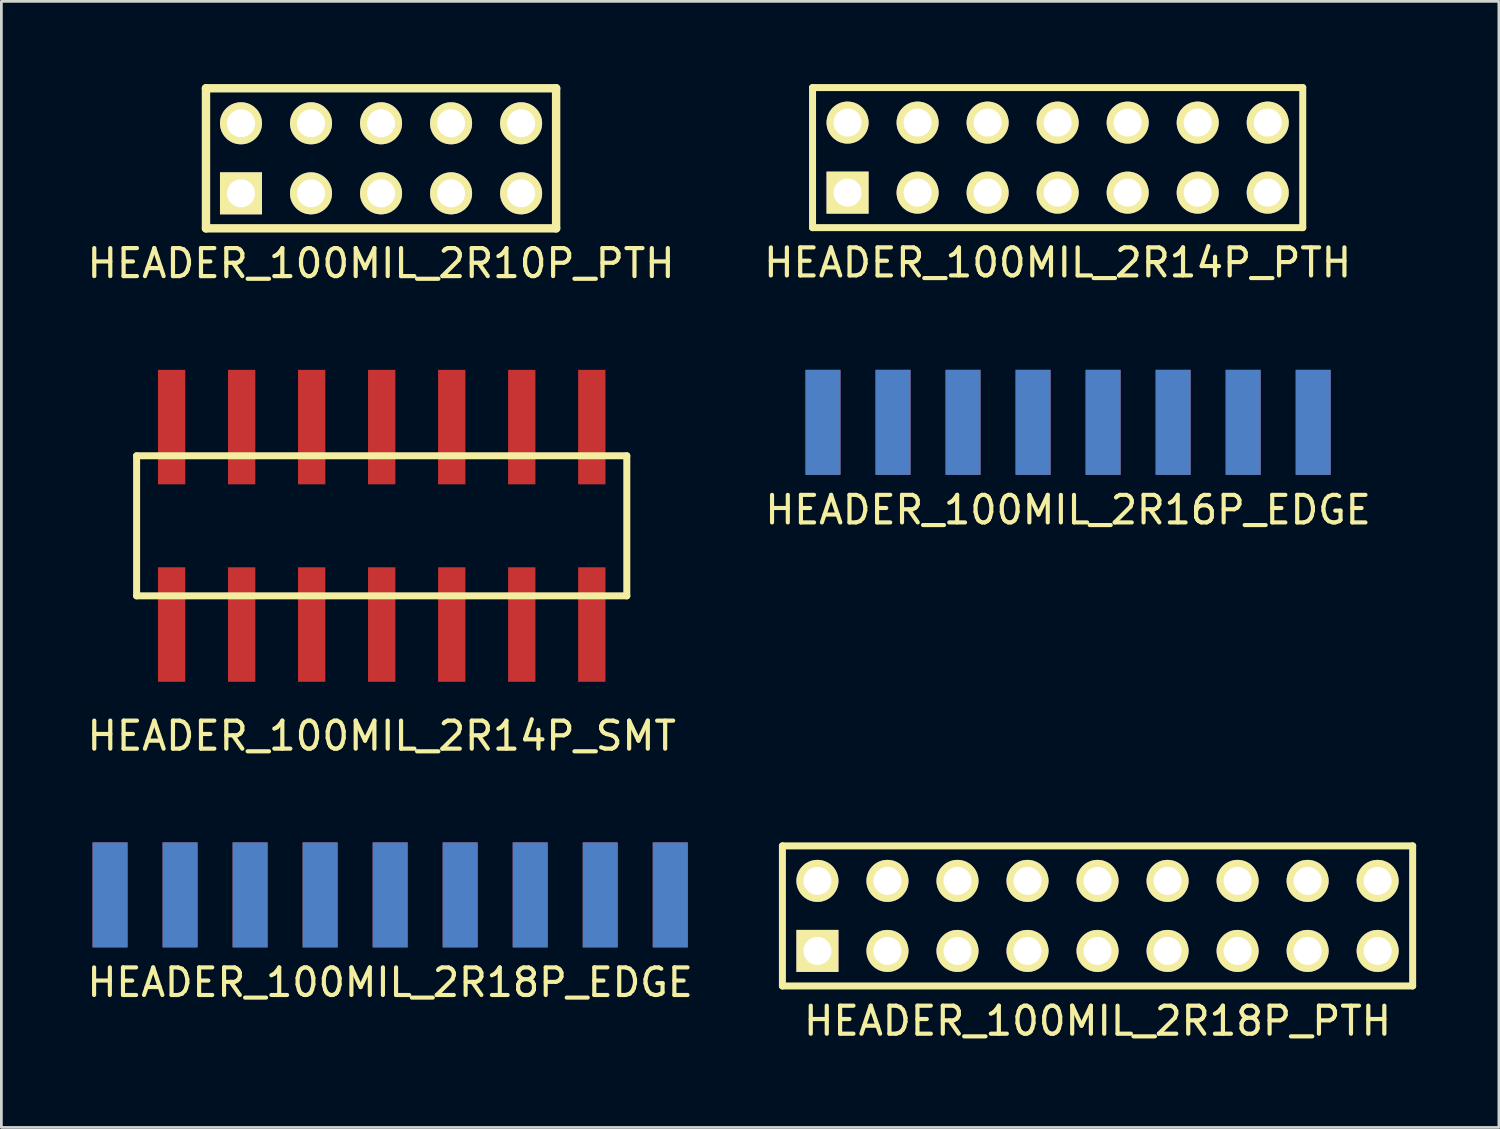
<source format=kicad_pcb>
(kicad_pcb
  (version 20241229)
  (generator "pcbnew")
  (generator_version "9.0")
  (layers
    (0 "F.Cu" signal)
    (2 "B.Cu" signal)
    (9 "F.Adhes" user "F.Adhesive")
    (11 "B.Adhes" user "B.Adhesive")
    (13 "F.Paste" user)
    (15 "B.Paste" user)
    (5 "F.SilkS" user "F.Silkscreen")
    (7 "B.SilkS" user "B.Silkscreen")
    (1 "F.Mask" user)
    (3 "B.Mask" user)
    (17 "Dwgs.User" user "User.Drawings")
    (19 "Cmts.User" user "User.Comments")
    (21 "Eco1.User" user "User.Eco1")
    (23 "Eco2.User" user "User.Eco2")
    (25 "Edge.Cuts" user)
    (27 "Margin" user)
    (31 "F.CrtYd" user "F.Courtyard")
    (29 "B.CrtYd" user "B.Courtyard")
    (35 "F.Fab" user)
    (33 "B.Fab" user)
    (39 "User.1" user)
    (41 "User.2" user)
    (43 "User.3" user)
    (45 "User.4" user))
  (footprint "HEADER_100MIL_2R18P_PTH"
    (layer "F.Cu")
    (at 36.759 30.171)
    (property "Reference" "HEADER_100MIL_2R18P_PTH" (at 0 3.81 0) (layer "F.SilkS") (effects (font (size 1.016 1.016) (thickness 0.152))))
    (attr through_hole)
    (fp_line (start -11.43 -2.54) (end 11.43 -2.54) (stroke (width 0.254) (type solid)) (layer "F.SilkS"))
    (fp_line (start -11.43 2.54) (end -11.43 -2.54) (stroke (width 0.254) (type solid)) (layer "F.SilkS"))
    (fp_line (start 11.43 -2.54) (end 11.43 2.54) (stroke (width 0.254) (type solid)) (layer "F.SilkS"))
    (fp_line (start 11.43 2.54) (end -11.43 2.54) (stroke (width 0.254) (type solid)) (layer "F.SilkS"))
    (pad "1" thru_hole rect (at -10.16 1.27) (size 1.524 1.524) (drill 1.016) (layers "*.Cu" "*.Mask" "F.SilkS"))
    (pad "2" thru_hole circle (at -10.16 -1.27) (size 1.524 1.524) (drill 1.016) (layers "*.Cu" "*.Mask" "F.SilkS"))
    (pad "3" thru_hole circle (at -7.62 1.27) (size 1.524 1.524) (drill 1.016) (layers "*.Cu" "*.Mask" "F.SilkS"))
    (pad "4" thru_hole circle (at -7.62 -1.27) (size 1.524 1.524) (drill 1.016) (layers "*.Cu" "*.Mask" "F.SilkS"))
    (pad "5" thru_hole circle (at -5.08 1.27) (size 1.524 1.524) (drill 1.016) (layers "*.Cu" "*.Mask" "F.SilkS"))
    (pad "6" thru_hole circle (at -5.08 -1.27) (size 1.524 1.524) (drill 1.016) (layers "*.Cu" "*.Mask" "F.SilkS"))
    (pad "7" thru_hole circle (at -2.54 1.27) (size 1.524 1.524) (drill 1.016) (layers "*.Cu" "*.Mask" "F.SilkS"))
    (pad "8" thru_hole circle (at -2.54 -1.27) (size 1.524 1.524) (drill 1.016) (layers "*.Cu" "*.Mask" "F.SilkS"))
    (pad "9" thru_hole circle (at 0 1.27) (size 1.524 1.524) (drill 1.016) (layers "*.Cu" "*.Mask" "F.SilkS"))
    (pad "10" thru_hole circle (at 0 -1.27) (size 1.524 1.524) (drill 1.016) (layers "*.Cu" "*.Mask" "F.SilkS"))
    (pad "11" thru_hole circle (at 2.54 1.27) (size 1.524 1.524) (drill 1.016) (layers "*.Cu" "*.Mask" "F.SilkS"))
    (pad "12" thru_hole circle (at 2.54 -1.27) (size 1.524 1.524) (drill 1.016) (layers "*.Cu" "*.Mask" "F.SilkS"))
    (pad "13" thru_hole circle (at 5.08 1.27) (size 1.524 1.524) (drill 1.016) (layers "*.Cu" "*.Mask" "F.SilkS"))
    (pad "14" thru_hole circle (at 5.08 -1.27) (size 1.524 1.524) (drill 1.016) (layers "*.Cu" "*.Mask" "F.SilkS"))
    (pad "15" thru_hole circle (at 7.62 1.27) (size 1.524 1.524) (drill 1.016) (layers "*.Cu" "*.Mask" "F.SilkS"))
    (pad "16" thru_hole circle (at 7.62 -1.27) (size 1.524 1.524) (drill 1.016) (layers "*.Cu" "*.Mask" "F.SilkS"))
    (pad "17" thru_hole circle (at 10.16 1.27) (size 1.524 1.524) (drill 1.016) (layers "*.Cu" "*.Mask" "F.SilkS"))
    (pad "18" thru_hole circle (at 10.16 -1.27) (size 1.524 1.524) (drill 1.016) (layers "*.Cu" "*.Mask" "F.SilkS")))
  (footprint "HEADER_100MIL_2R18P_EDGE"
    (layer "F.Cu")
    (at 11.101 29.409)
    (property "Reference" "HEADER_100MIL_2R18P_EDGE" (at 0 3.175 0) (layer "F.SilkS") (effects (font (size 1 1) (thickness 0.15))))
    (attr through_hole)
    (pad "1" smd rect (at -10.16 0) (size 1.27 3.81) (layers "F.Cu" "F.Mask" "F.Paste"))
    (pad "2" smd rect (at -10.16 0) (size 1.27 3.81) (layers "B.Cu" "B.Mask" "B.Paste"))
    (pad "3" smd rect (at -7.62 0) (size 1.27 3.81) (layers "F.Cu" "F.Mask" "F.Paste"))
    (pad "4" smd rect (at -7.62 0) (size 1.27 3.81) (layers "B.Cu" "B.Mask" "B.Paste"))
    (pad "5" smd rect (at -5.08 0) (size 1.27 3.81) (layers "F.Cu" "F.Mask" "F.Paste"))
    (pad "6" smd rect (at -5.08 0) (size 1.27 3.81) (layers "B.Cu" "B.Mask" "B.Paste"))
    (pad "7" smd rect (at -2.54 0) (size 1.27 3.81) (layers "F.Cu" "F.Mask" "F.Paste"))
    (pad "8" smd rect (at -2.54 0) (size 1.27 3.81) (layers "B.Cu" "B.Mask" "B.Paste"))
    (pad "9" smd rect (at 0 0) (size 1.27 3.81) (layers "F.Cu" "F.Mask" "F.Paste"))
    (pad "10" smd rect (at 0 0) (size 1.27 3.81) (layers "B.Cu" "B.Mask" "B.Paste"))
    (pad "11" smd rect (at 2.54 0) (size 1.27 3.81) (layers "F.Cu" "F.Mask" "F.Paste"))
    (pad "12" smd rect (at 2.54 0) (size 1.27 3.81) (layers "B.Cu" "B.Mask" "B.Paste"))
    (pad "13" smd rect (at 5.08 0) (size 1.27 3.81) (layers "F.Cu" "F.Mask" "F.Paste"))
    (pad "14" smd rect (at 5.08 0) (size 1.27 3.81) (layers "B.Cu" "B.Mask" "B.Paste"))
    (pad "15" smd rect (at 7.62 0) (size 1.27 3.81) (layers "F.Cu" "F.Mask" "F.Paste"))
    (pad "16" smd rect (at 7.62 0) (size 1.27 3.81) (layers "B.Cu" "B.Mask" "B.Paste"))
    (pad "17" smd rect (at 10.16 0) (size 1.27 3.81) (layers "F.Cu" "F.Mask" "F.Paste"))
    (pad "18" smd rect (at 10.16 0) (size 1.27 3.81) (layers "B.Cu" "B.Mask" "B.Paste")))
  (footprint "HEADER_100MIL_2R10P_PTH"
    (layer "F.Cu")
    (at 10.771 2.692)
    (property "Reference" "HEADER_100MIL_2R10P_PTH" (at 0 3.81 0) (layer "F.SilkS") (effects (font (size 1.016 1.016) (thickness 0.152))))
    (attr through_hole)
    (fp_line (start -6.35 -2.54) (end 6.35 -2.54) (stroke (width 0.305) (type solid)) (layer "F.SilkS"))
    (fp_line (start -6.35 2.54) (end -6.35 -2.54) (stroke (width 0.305) (type solid)) (layer "F.SilkS"))
    (fp_line (start 6.35 -2.54) (end 6.35 2.54) (stroke (width 0.305) (type solid)) (layer "F.SilkS"))
    (fp_line (start 6.35 2.54) (end -6.35 2.54) (stroke (width 0.305) (type solid)) (layer "F.SilkS"))
    (pad "1" thru_hole rect (at -5.08 1.27) (size 1.524 1.524) (drill 1.016) (layers "*.Cu" "*.Mask" "F.SilkS"))
    (pad "2" thru_hole circle (at -5.08 -1.27) (size 1.524 1.524) (drill 1.016) (layers "*.Cu" "*.Mask" "F.SilkS"))
    (pad "3" thru_hole circle (at -2.54 1.27) (size 1.524 1.524) (drill 1.016) (layers "*.Cu" "*.Mask" "F.SilkS"))
    (pad "4" thru_hole circle (at -2.54 -1.27) (size 1.524 1.524) (drill 1.016) (layers "*.Cu" "*.Mask" "F.SilkS"))
    (pad "5" thru_hole circle (at 0 1.27) (size 1.524 1.524) (drill 1.016) (layers "*.Cu" "*.Mask" "F.SilkS"))
    (pad "6" thru_hole circle (at 0 -1.27) (size 1.524 1.524) (drill 1.016) (layers "*.Cu" "*.Mask" "F.SilkS"))
    (pad "7" thru_hole circle (at 2.54 1.27) (size 1.524 1.524) (drill 1.016) (layers "*.Cu" "*.Mask" "F.SilkS"))
    (pad "8" thru_hole circle (at 2.54 -1.27) (size 1.524 1.524) (drill 1.016) (layers "*.Cu" "*.Mask" "F.SilkS"))
    (pad "9" thru_hole circle (at 5.08 1.27) (size 1.524 1.524) (drill 1.016) (layers "*.Cu" "*.Mask" "F.SilkS"))
    (pad "10" thru_hole circle (at 5.08 -1.27) (size 1.524 1.524) (drill 1.016) (layers "*.Cu" "*.Mask" "F.SilkS")))
  (footprint "HEADER_100MIL_2R14P_PTH"
    (layer "F.Cu")
    (at 35.312 2.667)
    (property "Reference" "HEADER_100MIL_2R14P_PTH" (at 0 3.81 0) (layer "F.SilkS") (effects (font (size 1.016 1.016) (thickness 0.152))))
    (attr through_hole)
    (fp_line (start -8.89 -2.54) (end 8.89 -2.54) (stroke (width 0.254) (type solid)) (layer "F.SilkS"))
    (fp_line (start -8.89 2.54) (end -8.89 -2.54) (stroke (width 0.254) (type solid)) (layer "F.SilkS"))
    (fp_line (start -8.89 2.54) (end 8.89 2.54) (stroke (width 0.254) (type solid)) (layer "F.SilkS"))
    (fp_line (start 8.89 -2.54) (end 8.89 2.54) (stroke (width 0.254) (type solid)) (layer "F.SilkS"))
    (pad "1" thru_hole rect (at -7.62 1.27) (size 1.524 1.524) (drill 1.016) (layers "*.Cu" "*.Mask" "F.SilkS"))
    (pad "2" thru_hole circle (at -7.62 -1.27) (size 1.524 1.524) (drill 1.016) (layers "*.Cu" "*.Mask" "F.SilkS"))
    (pad "3" thru_hole circle (at -5.08 1.27) (size 1.524 1.524) (drill 1.016) (layers "*.Cu" "*.Mask" "F.SilkS"))
    (pad "4" thru_hole circle (at -5.08 -1.27) (size 1.524 1.524) (drill 1.016) (layers "*.Cu" "*.Mask" "F.SilkS"))
    (pad "5" thru_hole circle (at -2.54 1.27) (size 1.524 1.524) (drill 1.016) (layers "*.Cu" "*.Mask" "F.SilkS"))
    (pad "6" thru_hole circle (at -2.54 -1.27) (size 1.524 1.524) (drill 1.016) (layers "*.Cu" "*.Mask" "F.SilkS"))
    (pad "7" thru_hole circle (at 0 1.27) (size 1.524 1.524) (drill 1.016) (layers "*.Cu" "*.Mask" "F.SilkS"))
    (pad "8" thru_hole circle (at 0 -1.27) (size 1.524 1.524) (drill 1.016) (layers "*.Cu" "*.Mask" "F.SilkS"))
    (pad "9" thru_hole circle (at 2.54 1.27) (size 1.524 1.524) (drill 1.016) (layers "*.Cu" "*.Mask" "F.SilkS"))
    (pad "10" thru_hole circle (at 2.54 -1.27) (size 1.524 1.524) (drill 1.016) (layers "*.Cu" "*.Mask" "F.SilkS"))
    (pad "11" thru_hole circle (at 5.08 1.27) (size 1.524 1.524) (drill 1.016) (layers "*.Cu" "*.Mask" "F.SilkS"))
    (pad "12" thru_hole circle (at 5.08 -1.27) (size 1.524 1.524) (drill 1.016) (layers "*.Cu" "*.Mask" "F.SilkS"))
    (pad "13" thru_hole circle (at 7.62 1.27) (size 1.524 1.524) (drill 1.016) (layers "*.Cu" "*.Mask" "F.SilkS"))
    (pad "14" thru_hole circle (at 7.62 -1.27) (size 1.524 1.524) (drill 1.016) (layers "*.Cu" "*.Mask" "F.SilkS")))
  (footprint "HEADER_100MIL_2R16P_EDGE"
    (layer "F.Cu")
    (at 35.691 12.269)
    (property "Reference" "HEADER_100MIL_2R16P_EDGE" (at 0 3.175 0) (layer "F.SilkS") (effects (font (size 1 1) (thickness 0.15))))
    (attr through_hole)
    (pad "1" smd rect (at -8.89 0) (size 1.27 3.81) (layers "F.Cu" "F.Mask" "F.Paste"))
    (pad "2" smd rect (at -8.89 0) (size 1.27 3.81) (layers "B.Cu" "B.Mask" "B.Paste"))
    (pad "3" smd rect (at -6.35 0) (size 1.27 3.81) (layers "F.Cu" "F.Mask" "F.Paste"))
    (pad "4" smd rect (at -6.35 0) (size 1.27 3.81) (layers "B.Cu" "B.Mask" "B.Paste"))
    (pad "5" smd rect (at -3.81 0) (size 1.27 3.81) (layers "F.Cu" "F.Mask" "F.Paste"))
    (pad "6" smd rect (at -3.81 0) (size 1.27 3.81) (layers "B.Cu" "B.Mask" "B.Paste"))
    (pad "7" smd rect (at -1.27 0) (size 1.27 3.81) (layers "F.Cu" "F.Mask" "F.Paste"))
    (pad "8" smd rect (at -1.27 0) (size 1.27 3.81) (layers "B.Cu" "B.Mask" "B.Paste"))
    (pad "9" smd rect (at 1.27 0) (size 1.27 3.81) (layers "F.Cu" "F.Mask" "F.Paste"))
    (pad "10" smd rect (at 1.27 0) (size 1.27 3.81) (layers "B.Cu" "B.Mask" "B.Paste"))
    (pad "11" smd rect (at 3.81 0) (size 1.27 3.81) (layers "F.Cu" "F.Mask" "F.Paste"))
    (pad "12" smd rect (at 3.81 0) (size 1.27 3.81) (layers "B.Cu" "B.Mask" "B.Paste"))
    (pad "13" smd rect (at 6.35 0) (size 1.27 3.81) (layers "F.Cu" "F.Mask" "F.Paste"))
    (pad "14" smd rect (at 6.35 0) (size 1.27 3.81) (layers "B.Cu" "B.Mask" "B.Paste"))
    (pad "15" smd rect (at 8.89 0) (size 1.27 3.81) (layers "F.Cu" "F.Mask" "F.Paste"))
    (pad "16" smd rect (at 8.89 0) (size 1.27 3.81) (layers "B.Cu" "B.Mask" "B.Paste")))
  (footprint "HEADER_100MIL_2R14P_SMT"
    (layer "F.Cu")
    (at 10.795 16.022)
    (property "Reference" "HEADER_100MIL_2R14P_SMT" (at 0 7.62 0) (layer "F.SilkS") (effects (font (size 1.016 1.016) (thickness 0.152))))
    (attr through_hole)
    (fp_line (start -8.89 -2.54) (end 8.89 -2.54) (stroke (width 0.254) (type solid)) (layer "F.SilkS"))
    (fp_line (start -8.89 2.54) (end -8.89 -2.54) (stroke (width 0.254) (type solid)) (layer "F.SilkS"))
    (fp_line (start -8.89 2.54) (end 8.89 2.54) (stroke (width 0.254) (type solid)) (layer "F.SilkS"))
    (fp_line (start 8.89 -2.54) (end 8.89 2.54) (stroke (width 0.254) (type solid)) (layer "F.SilkS"))
    (pad "1" smd rect (at -7.62 3.581) (size 0.991 4.153) (layers "F.Cu" "F.Mask" "F.Paste"))
    (pad "2" smd rect (at -7.62 -3.581) (size 0.991 4.153) (layers "F.Cu" "F.Mask" "F.Paste"))
    (pad "3" smd rect (at -5.08 3.581) (size 0.991 4.153) (layers "F.Cu" "F.Mask" "F.Paste"))
    (pad "4" smd rect (at -5.08 -3.581) (size 0.991 4.153) (layers "F.Cu" "F.Mask" "F.Paste"))
    (pad "5" smd rect (at -2.54 3.581) (size 0.991 4.153) (layers "F.Cu" "F.Mask" "F.Paste"))
    (pad "6" smd rect (at -2.54 -3.581) (size 0.991 4.153) (layers "F.Cu" "F.Mask" "F.Paste"))
    (pad "7" smd rect (at 0 3.581) (size 0.991 4.153) (layers "F.Cu" "F.Mask" "F.Paste"))
    (pad "8" smd rect (at 0 -3.581) (size 0.991 4.153) (layers "F.Cu" "F.Mask" "F.Paste"))
    (pad "9" smd rect (at 2.54 3.581) (size 0.991 4.153) (layers "F.Cu" "F.Mask" "F.Paste"))
    (pad "10" smd rect (at 2.54 -3.581) (size 0.991 4.153) (layers "F.Cu" "F.Mask" "F.Paste"))
    (pad "11" smd rect (at 5.08 3.581) (size 0.991 4.153) (layers "F.Cu" "F.Mask" "F.Paste"))
    (pad "12" smd rect (at 5.08 -3.581) (size 0.991 4.153) (layers "F.Cu" "F.Mask" "F.Paste"))
    (pad "13" smd rect (at 7.62 3.581) (size 0.991 4.153) (layers "F.Cu" "F.Mask" "F.Paste"))
    (pad "14" smd rect (at 7.62 -3.581) (size 0.991 4.153) (layers "F.Cu" "F.Mask" "F.Paste")))
  (gr_rect
    (start -3 -3)
    (end 51.316 37.843)
    (stroke (width 0.1) (type default))
    (fill no)
    (layer "Edge.Cuts")))
</source>
